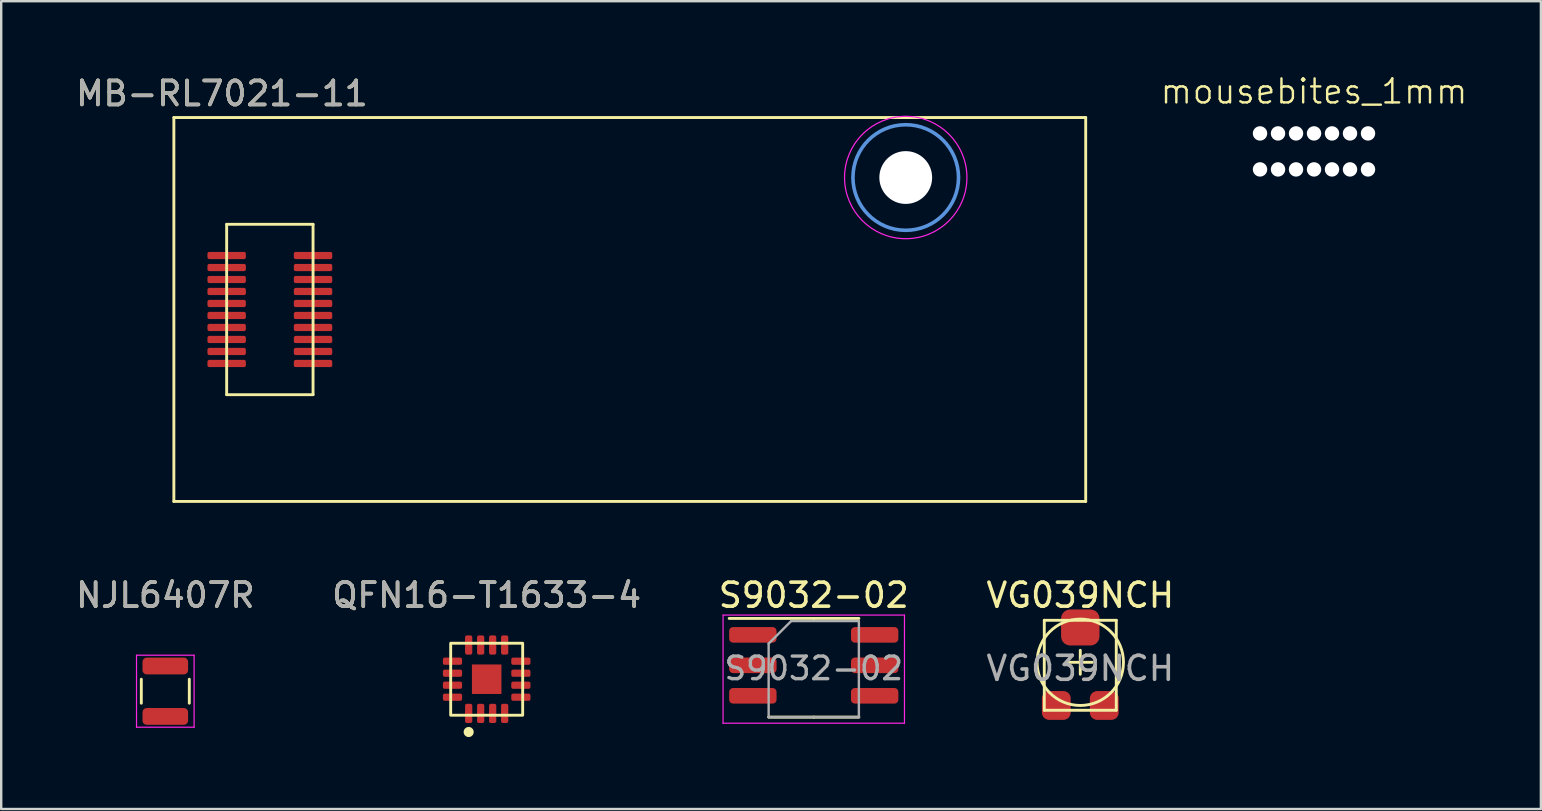
<source format=kicad_pcb>
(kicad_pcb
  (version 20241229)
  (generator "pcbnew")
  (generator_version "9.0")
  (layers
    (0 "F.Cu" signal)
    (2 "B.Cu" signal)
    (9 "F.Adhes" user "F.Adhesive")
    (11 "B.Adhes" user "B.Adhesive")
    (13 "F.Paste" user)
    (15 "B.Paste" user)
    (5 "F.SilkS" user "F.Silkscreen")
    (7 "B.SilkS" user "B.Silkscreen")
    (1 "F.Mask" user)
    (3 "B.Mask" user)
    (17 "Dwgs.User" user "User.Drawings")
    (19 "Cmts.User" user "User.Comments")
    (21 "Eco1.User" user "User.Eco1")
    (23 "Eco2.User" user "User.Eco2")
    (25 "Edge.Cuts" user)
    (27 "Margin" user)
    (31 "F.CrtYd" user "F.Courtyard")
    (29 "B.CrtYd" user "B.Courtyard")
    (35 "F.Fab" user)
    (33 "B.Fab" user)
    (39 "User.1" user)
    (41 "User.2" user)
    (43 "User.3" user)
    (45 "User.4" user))
  (footprint "S9032-02"
    (layer "F.Cu")
    (at 30.863 25.312)
    (property "Reference" "S9032-02" (at 0 -3.556 0) (unlocked yes) (layer "F.SilkS") (effects (font (size 1 1) (thickness 0.15))))
    (attr smd)
    (fp_line (start 0 -2.59) (end -3.525 -2.59) (stroke (width 0.12) (type solid)) (layer "F.SilkS"))
    (fp_line (start 0 -2.59) (end 1.88 -2.59) (stroke (width 0.12) (type solid)) (layer "F.SilkS"))
    (fp_line (start 0 1.524) (end -1.88 1.524) (stroke (width 0.12) (type solid)) (layer "F.SilkS"))
    (fp_line (start 0 1.524) (end 1.88 1.524) (stroke (width 0.12) (type solid)) (layer "F.SilkS"))
    (fp_line (start -3.78 -2.73) (end -3.78 1.778) (stroke (width 0.05) (type solid)) (layer "F.CrtYd"))
    (fp_line (start -3.78 1.778) (end 3.78 1.778) (stroke (width 0.05) (type solid)) (layer "F.CrtYd"))
    (fp_line (start 3.78 -2.73) (end -3.78 -2.73) (stroke (width 0.05) (type solid)) (layer "F.CrtYd"))
    (fp_line (start 3.78 1.778) (end 3.78 -2.73) (stroke (width 0.05) (type solid)) (layer "F.CrtYd"))
    (fp_line (start -1.88 -1.54) (end -0.94 -2.48) (stroke (width 0.1) (type solid)) (layer "F.Fab"))
    (fp_line (start -1.88 1.524) (end -1.88 -1.54) (stroke (width 0.1) (type solid)) (layer "F.Fab"))
    (fp_line (start -0.94 -2.48) (end 1.88 -2.48) (stroke (width 0.1) (type solid)) (layer "F.Fab"))
    (fp_line (start 1.88 -2.48) (end 1.88 1.524) (stroke (width 0.1) (type solid)) (layer "F.Fab"))
    (fp_line (start 1.88 1.524) (end -1.88 1.524) (stroke (width 0.1) (type solid)) (layer "F.Fab"))
    (fp_text user "${REFERENCE}" (at 0 -0.508 0) (layer "F.Fab") (effects (font (size 0.94 0.94) (thickness 0.14))))
    (pad "1" smd roundrect (at -2.538 -1.905) (size 1.975 0.65) (layers "F.Cu" "F.Mask" "F.Paste") (roundrect_rratio 0.25))
    (pad "2" smd roundrect (at -2.538 -0.635) (size 1.975 0.65) (layers "F.Cu" "F.Mask" "F.Paste") (roundrect_rratio 0.25))
    (pad "3" smd roundrect (at -2.538 0.635) (size 1.975 0.65) (layers "F.Cu" "F.Mask" "F.Paste") (roundrect_rratio 0.25))
    (pad "4" smd roundrect (at 2.538 0.635) (size 1.975 0.65) (layers "F.Cu" "F.Mask" "F.Paste") (roundrect_rratio 0.25))
    (pad "5" smd roundrect (at 2.538 -0.635) (size 1.975 0.65) (layers "F.Cu" "F.Mask" "F.Paste") (roundrect_rratio 0.25))
    (pad "6" smd roundrect (at 2.538 -1.905) (size 1.975 0.65) (layers "F.Cu" "F.Mask" "F.Paste") (roundrect_rratio 0.25)))
  (footprint "mousebites_1mm"
    (layer "F.Cu")
    (at 51.711 3.26)
    (property "Reference" "mousebites_1mm" (at 0 -2.5 0) (unlocked yes) (layer "F.SilkS") (effects (font (size 1 1) (thickness 0.1))))
    (fp_line (start -3.5 1) (end 3.5 1) (stroke (width 0.1) (type default)) (layer "Eco1.User"))
    (fp_line (start 3.5 -1) (end -3.5 -1) (stroke (width 0.1) (type default)) (layer "Eco1.User"))
    (fp_arc (start -3.5 -1) (mid -2.5 0) (end -3.5 1) (stroke (width 0.1) (type default)) (layer "Eco1.User"))
    (fp_arc (start 3.5 1) (mid 2.5 0) (end 3.5 -1) (stroke (width 0.1) (type default)) (layer "Eco1.User"))
    (pad "" np_thru_hole circle (at -2.25 -0.75 90) (size 0.6 0.6) (drill 0.6) (layers "*.Cu" "*.Mask"))
    (pad "" np_thru_hole circle (at -2.25 0.75 90) (size 0.6 0.6) (drill 0.6) (layers "*.Cu" "*.Mask"))
    (pad "" np_thru_hole circle (at -1.5 -0.75 90) (size 0.6 0.6) (drill 0.6) (layers "*.Cu" "*.Mask"))
    (pad "" np_thru_hole circle (at -1.5 0.75 90) (size 0.6 0.6) (drill 0.6) (layers "*.Cu" "*.Mask"))
    (pad "" np_thru_hole circle (at -0.75 -0.75 90) (size 0.6 0.6) (drill 0.6) (layers "*.Cu" "*.Mask"))
    (pad "" np_thru_hole circle (at -0.75 0.75 90) (size 0.6 0.6) (drill 0.6) (layers "*.Cu" "*.Mask"))
    (pad "" np_thru_hole circle (at 0 -0.75 90) (size 0.6 0.6) (drill 0.6) (layers "*.Cu" "*.Mask"))
    (pad "" np_thru_hole circle (at 0 0.75 90) (size 0.6 0.6) (drill 0.6) (layers "*.Cu" "*.Mask"))
    (pad "" np_thru_hole circle (at 0.75 -0.75 90) (size 0.6 0.6) (drill 0.6) (layers "*.Cu" "*.Mask"))
    (pad "" np_thru_hole circle (at 0.75 0.75 90) (size 0.6 0.6) (drill 0.6) (layers "*.Cu" "*.Mask"))
    (pad "" np_thru_hole circle (at 1.5 -0.75 90) (size 0.6 0.6) (drill 0.6) (layers "*.Cu" "*.Mask"))
    (pad "" np_thru_hole circle (at 1.5 0.75 90) (size 0.6 0.6) (drill 0.6) (layers "*.Cu" "*.Mask"))
    (pad "" np_thru_hole circle (at 2.25 -0.75 90) (size 0.6 0.6) (drill 0.6) (layers "*.Cu" "*.Mask"))
    (pad "" np_thru_hole circle (at 2.25 0.75 90) (size 0.6 0.6) (drill 0.6) (layers "*.Cu" "*.Mask")))
  (footprint "VG039NCH"
    (layer "F.Cu")
    (at 41.97 24.55)
    (property "Reference" "VG039NCH" (at 0 -2.794 0) (unlocked yes) (layer "F.SilkS") (effects (font (size 1 1) (thickness 0.15))))
    (attr smd)
    (fp_line (start -1.5 -1.75) (end -1.5 2) (stroke (width 0.12) (type solid)) (layer "F.SilkS"))
    (fp_line (start -1.5 2) (end 1.5 2) (stroke (width 0.12) (type solid)) (layer "F.SilkS"))
    (fp_line (start -0.5 0) (end 0.5 0) (stroke (width 0.12) (type solid)) (layer "F.SilkS"))
    (fp_line (start 0 -0.5) (end 0 0.5) (stroke (width 0.12) (type solid)) (layer "F.SilkS"))
    (fp_line (start 1.5 -1.75) (end -1.5 -1.75) (stroke (width 0.12) (type solid)) (layer "F.SilkS"))
    (fp_line (start 1.5 2) (end 1.5 -1.75) (stroke (width 0.12) (type solid)) (layer "F.SilkS"))
    (fp_circle (center 0 0) (end 1.8 0) (stroke (width 0.12) (type solid)) (fill no) (layer "F.SilkS"))
    (fp_text user "${REFERENCE}" (at 0 0.254 0) (unlocked yes) (layer "F.Fab") (effects (font (size 1 1) (thickness 0.15))))
    (pad "1" smd roundrect (at 1 1.8) (size 1.2 1.2) (layers "F.Cu" "F.Mask" "F.Paste") (roundrect_rratio 0.25))
    (pad "2" smd roundrect (at 0 -1.45) (size 1.6 1.5) (layers "F.Cu" "F.Mask" "F.Paste") (roundrect_rratio 0.25))
    (pad "3" smd roundrect (at -1 1.8) (size 1.2 1.2) (layers "F.Cu" "F.Mask" "F.Paste") (roundrect_rratio 0.25)))
  (footprint "NJL6407R"
    (layer "F.Cu")
    (at 3.839 25.756)
    (property "Reference" "NJL6407R" (at 0 -4 0) (unlocked yes) (layer "F.SilkS") (effects (font (size 1 1) (thickness 0.15))))
    (attr smd)
    (fp_line (start -1 0.5) (end -1 -0.5) (stroke (width 0.12) (type solid)) (layer "F.SilkS"))
    (fp_line (start 1 -0.5) (end 1 0.5) (stroke (width 0.12) (type solid)) (layer "F.SilkS"))
    (fp_line (start -1.2 -1.5) (end -1.2 1.5) (stroke (width 0.05) (type solid)) (layer "F.CrtYd"))
    (fp_line (start -1.2 1.5) (end 1.2 1.5) (stroke (width 0.05) (type solid)) (layer "F.CrtYd"))
    (fp_line (start 1.2 -1.5) (end -1.2 -1.5) (stroke (width 0.05) (type solid)) (layer "F.CrtYd"))
    (fp_line (start 1.2 1.5) (end 1.2 -1.5) (stroke (width 0.05) (type solid)) (layer "F.CrtYd"))
    (fp_text user "${REFERENCE}" (at 0 -4 0) (unlocked yes) (layer "F.Fab") (effects (font (size 1 1) (thickness 0.15))))
    (pad "1" smd roundrect (at 0 -1.05) (size 1.9 0.7) (layers "F.Cu" "F.Mask" "F.Paste") (roundrect_rratio 0.25))
    (pad "2" smd roundrect (at 0 1.05) (size 1.9 0.7) (layers "F.Cu" "F.Mask" "F.Paste") (roundrect_rratio 0.25)))
  (footprint "MB-RL7021-11"
    (layer "F.Cu")
    (at 8.196 9.848)
    (property "Reference" "MB-RL7021-11" (at -2 -9 0) (unlocked yes) (layer "F.SilkS") (effects (font (size 1 1) (thickness 0.15))))
    (attr smd)
    (fp_line (start -4 -8) (end -4 8) (stroke (width 0.12) (type solid)) (layer "F.SilkS"))
    (fp_line (start -4 8) (end 34 8) (stroke (width 0.12) (type solid)) (layer "F.SilkS"))
    (fp_line (start -1.8 -3.55) (end -1.8 3.55) (stroke (width 0.12) (type solid)) (layer "F.SilkS"))
    (fp_line (start -1.8 3.55) (end 1.8 3.55) (stroke (width 0.12) (type solid)) (layer "F.SilkS"))
    (fp_line (start 1.8 -3.55) (end -1.8 -3.55) (stroke (width 0.12) (type solid)) (layer "F.SilkS"))
    (fp_line (start 1.8 3.55) (end 1.8 -3.55) (stroke (width 0.12) (type solid)) (layer "F.SilkS"))
    (fp_line (start 34 -8) (end -4 -8) (stroke (width 0.12) (type solid)) (layer "F.SilkS"))
    (fp_line (start 34 8) (end 34 -8) (stroke (width 0.12) (type solid)) (layer "F.SilkS"))
    (fp_circle (center 26.5 -5.5) (end 28.7 -5.5) (stroke (width 0.15) (type solid)) (fill no) (layer "Cmts.User"))
    (fp_circle (center 26.5 -5.5) (end 29.05 -5.5) (stroke (width 0.05) (type solid)) (fill no) (layer "F.CrtYd"))
    (fp_text user "${REFERENCE}" (at -2 -9 0) (unlocked yes) (layer "F.Fab") (effects (font (size 1 1) (thickness 0.15))))
    (pad "" np_thru_hole circle (at 26.5 -5.5) (size 2.2 2.2) (drill 2.2) (layers "*.Cu" "*.Mask"))
    (pad "1" smd roundrect (at 1.8 2.25 180) (size 1.6 0.3) (layers "F.Cu" "F.Mask" "F.Paste") (roundrect_rratio 0.25))
    (pad "2" smd roundrect (at -1.8 2.25 180) (size 1.6 0.3) (layers "F.Cu" "F.Mask" "F.Paste") (roundrect_rratio 0.25))
    (pad "3" smd roundrect (at 1.8 1.75 180) (size 1.6 0.3) (layers "F.Cu" "F.Mask" "F.Paste") (roundrect_rratio 0.25))
    (pad "4" smd roundrect (at -1.8 1.75 180) (size 1.6 0.3) (layers "F.Cu" "F.Mask" "F.Paste") (roundrect_rratio 0.25))
    (pad "5" smd roundrect (at 1.8 1.25 180) (size 1.6 0.3) (layers "F.Cu" "F.Mask" "F.Paste") (roundrect_rratio 0.25))
    (pad "6" smd roundrect (at -1.8 1.25 180) (size 1.6 0.3) (layers "F.Cu" "F.Mask" "F.Paste") (roundrect_rratio 0.25))
    (pad "7" smd roundrect (at 1.8 0.75 180) (size 1.6 0.3) (layers "F.Cu" "F.Mask" "F.Paste") (roundrect_rratio 0.25))
    (pad "8" smd roundrect (at -1.8 0.75 180) (size 1.6 0.3) (layers "F.Cu" "F.Mask" "F.Paste") (roundrect_rratio 0.25))
    (pad "9" smd roundrect (at 1.8 0.25 180) (size 1.6 0.3) (layers "F.Cu" "F.Mask" "F.Paste") (roundrect_rratio 0.25))
    (pad "10" smd roundrect (at -1.8 0.25 180) (size 1.6 0.3) (layers "F.Cu" "F.Mask" "F.Paste") (roundrect_rratio 0.25))
    (pad "11" smd roundrect (at 1.8 -0.25 180) (size 1.6 0.3) (layers "F.Cu" "F.Mask" "F.Paste") (roundrect_rratio 0.25))
    (pad "12" smd roundrect (at -1.8 -0.25 180) (size 1.6 0.3) (layers "F.Cu" "F.Mask" "F.Paste") (roundrect_rratio 0.25))
    (pad "13" smd roundrect (at 1.8 -0.75 180) (size 1.6 0.3) (layers "F.Cu" "F.Mask" "F.Paste") (roundrect_rratio 0.25))
    (pad "14" smd roundrect (at -1.8 -0.75 180) (size 1.6 0.3) (layers "F.Cu" "F.Mask" "F.Paste") (roundrect_rratio 0.25))
    (pad "15" smd roundrect (at 1.8 -1.25 180) (size 1.6 0.3) (layers "F.Cu" "F.Mask" "F.Paste") (roundrect_rratio 0.25))
    (pad "16" smd roundrect (at -1.8 -1.25 180) (size 1.6 0.3) (layers "F.Cu" "F.Mask" "F.Paste") (roundrect_rratio 0.25))
    (pad "17" smd roundrect (at 1.8 -1.75 180) (size 1.6 0.3) (layers "F.Cu" "F.Mask" "F.Paste") (roundrect_rratio 0.25))
    (pad "18" smd roundrect (at -1.8 -1.75 180) (size 1.6 0.3) (layers "F.Cu" "F.Mask" "F.Paste") (roundrect_rratio 0.25))
    (pad "19" smd roundrect (at 1.8 -2.25 180) (size 1.6 0.3) (layers "F.Cu" "F.Mask" "F.Paste") (roundrect_rratio 0.25))
    (pad "20" smd roundrect (at -1.8 -2.25 180) (size 1.6 0.3) (layers "F.Cu" "F.Mask" "F.Paste") (roundrect_rratio 0.25)))
  (footprint "QFN16-T1633-4"
    (layer "F.Cu")
    (at 17.232 25.256)
    (property "Reference" "QFN16-T1633-4" (at 0 -3.5 0) (unlocked yes) (layer "F.SilkS") (effects (font (size 1 1) (thickness 0.15))))
    (attr smd)
    (fp_rect (start -1.5 -1.5) (end 1.5 1.5) (stroke (width 0.12) (type solid)) (fill no) (layer "F.SilkS"))
    (fp_circle (center -0.75 2.2) (end -0.6 2.2) (stroke (width 0.12) (type solid)) (fill yes) (layer "F.SilkS"))
    (fp_text user "${REFERENCE}" (at 0 -3.5 0) (unlocked yes) (layer "F.Fab") (effects (font (size 1 1) (thickness 0.15))))
    (pad "1" smd roundrect (at -0.75 1.425 90) (size 0.8 0.3) (layers "F.Cu" "F.Mask" "F.Paste") (roundrect_rratio 0.25))
    (pad "2" smd roundrect (at -0.25 1.425 90) (size 0.8 0.3) (layers "F.Cu" "F.Mask" "F.Paste") (roundrect_rratio 0.25))
    (pad "3" smd roundrect (at 0.25 1.425 90) (size 0.8 0.3) (layers "F.Cu" "F.Mask" "F.Paste") (roundrect_rratio 0.25))
    (pad "4" smd roundrect (at 0.75 1.425 90) (size 0.8 0.3) (layers "F.Cu" "F.Mask" "F.Paste") (roundrect_rratio 0.25))
    (pad "5" smd roundrect (at 1.425 0.75 180) (size 0.8 0.3) (layers "F.Cu" "F.Mask" "F.Paste") (roundrect_rratio 0.25))
    (pad "6" smd roundrect (at 1.425 0.25 180) (size 0.8 0.3) (layers "F.Cu" "F.Mask" "F.Paste") (roundrect_rratio 0.25))
    (pad "7" smd roundrect (at 1.425 -0.25 180) (size 0.8 0.3) (layers "F.Cu" "F.Mask" "F.Paste") (roundrect_rratio 0.25))
    (pad "8" smd roundrect (at 1.425 -0.75 180) (size 0.8 0.3) (layers "F.Cu" "F.Mask" "F.Paste") (roundrect_rratio 0.25))
    (pad "9" smd roundrect (at 0.75 -1.425 90) (size 0.8 0.3) (layers "F.Cu" "F.Mask" "F.Paste") (roundrect_rratio 0.25))
    (pad "10" smd roundrect (at 0.25 -1.425 90) (size 0.8 0.3) (layers "F.Cu" "F.Mask" "F.Paste") (roundrect_rratio 0.25))
    (pad "11" smd roundrect (at -0.25 -1.425 90) (size 0.8 0.3) (layers "F.Cu" "F.Mask" "F.Paste") (roundrect_rratio 0.25))
    (pad "12" smd roundrect (at -0.75 -1.425 90) (size 0.8 0.3) (layers "F.Cu" "F.Mask" "F.Paste") (roundrect_rratio 0.25))
    (pad "13" smd roundrect (at -1.425 -0.75 180) (size 0.8 0.3) (layers "F.Cu" "F.Mask" "F.Paste") (roundrect_rratio 0.25))
    (pad "14" smd roundrect (at -1.425 -0.25 180) (size 0.8 0.3) (layers "F.Cu" "F.Mask" "F.Paste") (roundrect_rratio 0.25))
    (pad "15" smd roundrect (at -1.425 0.25 180) (size 0.8 0.3) (layers "F.Cu" "F.Mask" "F.Paste") (roundrect_rratio 0.25))
    (pad "16" smd roundrect (at -1.425 0.75 180) (size 0.8 0.3) (layers "F.Cu" "F.Mask" "F.Paste") (roundrect_rratio 0.25))
    (pad "17" smd rect (at 0 0 180) (size 1.23 1.23) (layers "F.Cu" "F.Mask" "F.Paste")))
  (gr_rect
    (start -3 -3)
    (end 61.166 30.666)
    (stroke (width 0.1) (type default))
    (fill no)
    (layer "Edge.Cuts")))
</source>
